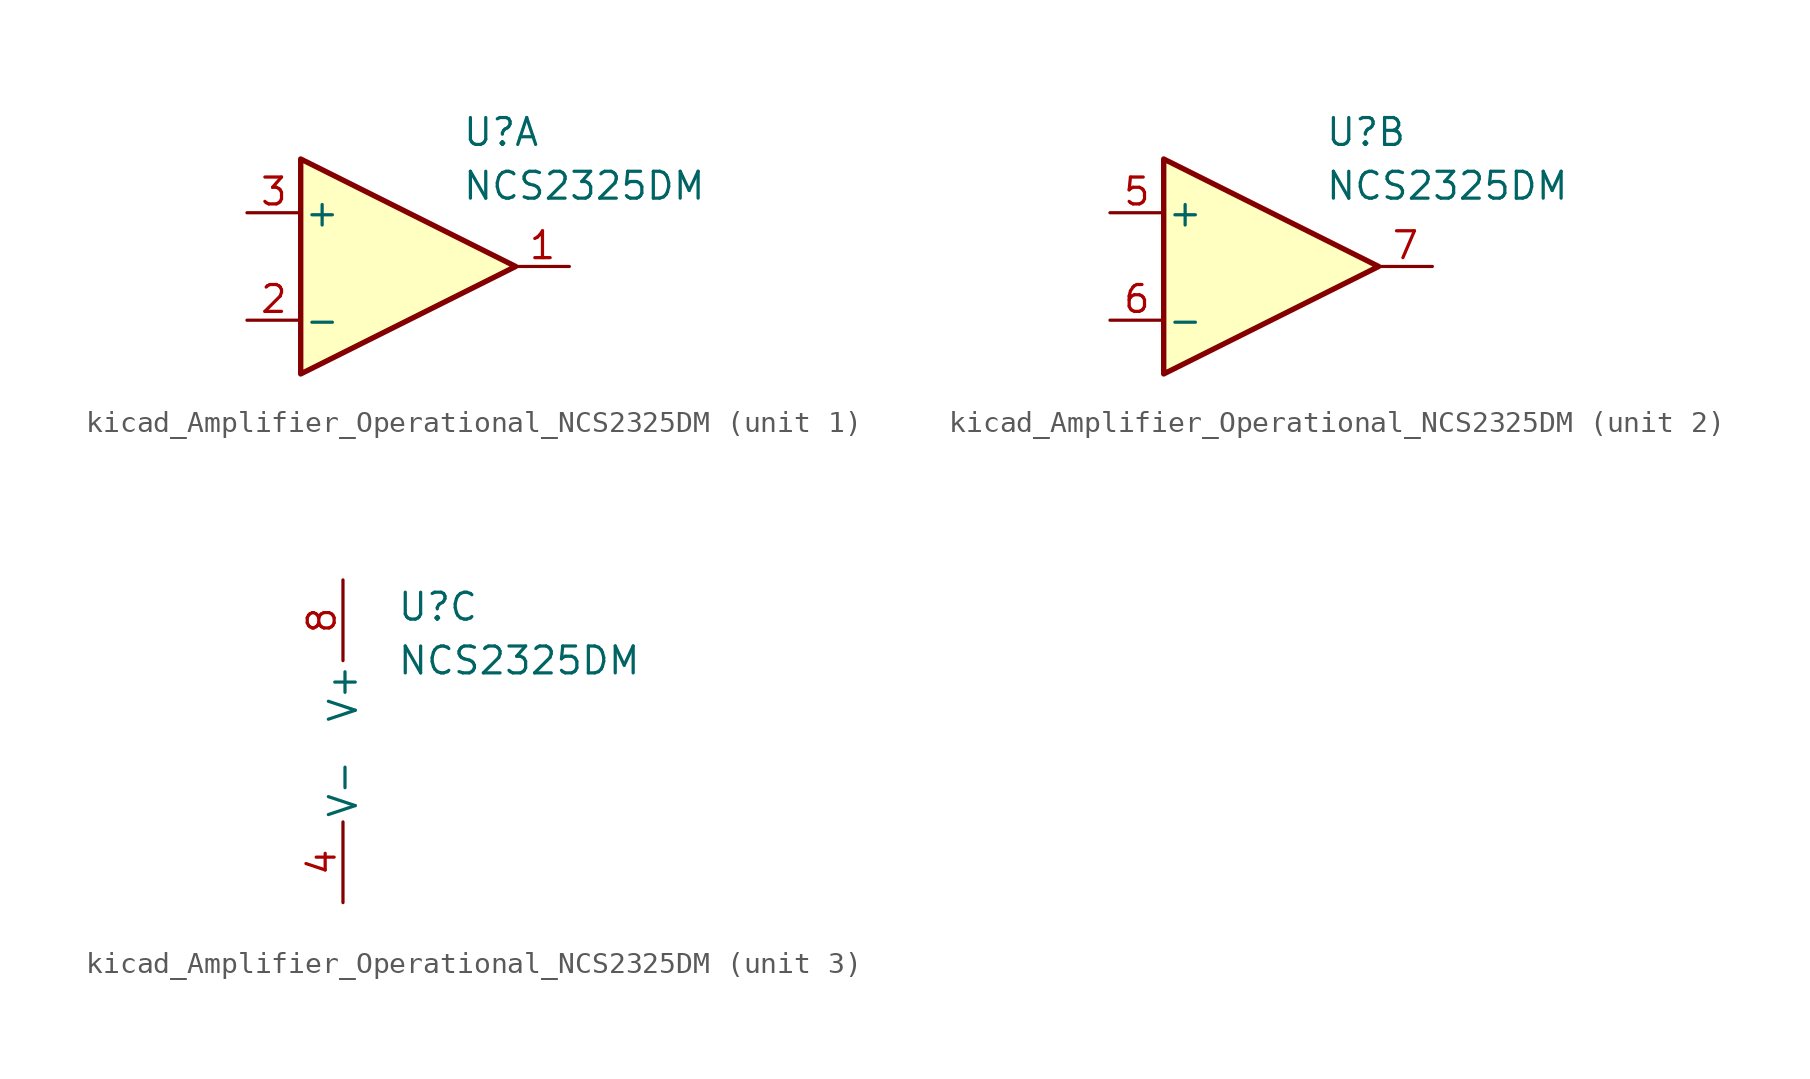
<source format=kicad_sym>
(kicad_symbol_lib
  (version 20220914)
  (generator kicad_symbol_editor)
  (symbol "kicad_Amplifier_Operational_NCS2325DM"
    (pin_names
      (offset 0.127))
    (property "Reference" "U"
      (at 2.54 6.35 0)
      (effects (font (size 1.27 1.27)) (justify left)))
    (property "Value" "NCS2325DM"
      (at 2.54 3.81 0)
      (effects (font (size 1.27 1.27)) (justify left)))
    (property "ki_locked" ""
      (at 0 0 0)
      (effects (font (size 1.27 1.27))))
    (symbol "kicad_Amplifier_Operational_NCS2325DM_1_1"
      (polyline (pts (xy 5.08 0) (xy -5.08 5.08) (xy -5.08 -5.08) (xy 5.08 0)) (stroke (width 0.254) (type default)) (fill (type background)))
      (pin output line (at 7.62 0 180) (length 2.54) (name "~" (effects (font (size 1.27 1.27)))) (number "1" (effects (font (size 1.27 1.27)))))
      (pin input line (at -7.62 -2.54 0) (length 2.54) (name "-" (effects (font (size 1.27 1.27)))) (number "2" (effects (font (size 1.27 1.27)))))
      (pin input line (at -7.62 2.54 0) (length 2.54) (name "+" (effects (font (size 1.27 1.27)))) (number "3" (effects (font (size 1.27 1.27))))))
    (symbol "kicad_Amplifier_Operational_NCS2325DM_2_1"
      (polyline (pts (xy 5.08 0) (xy -5.08 5.08) (xy -5.08 -5.08) (xy 5.08 0)) (stroke (width 0.254) (type default)) (fill (type background)))
      (pin input line (at -7.62 2.54 0) (length 2.54) (name "+" (effects (font (size 1.27 1.27)))) (number "5" (effects (font (size 1.27 1.27)))))
      (pin input line (at -7.62 -2.54 0) (length 2.54) (name "-" (effects (font (size 1.27 1.27)))) (number "6" (effects (font (size 1.27 1.27)))))
      (pin output line (at 7.62 0 180) (length 2.54) (name "~" (effects (font (size 1.27 1.27)))) (number "7" (effects (font (size 1.27 1.27))))))
    (symbol "kicad_Amplifier_Operational_NCS2325DM_3_1"
      (pin power_in line (at 0 -7.62 90) (length 3.81) (name "V-" (effects (font (size 1.27 1.27)))) (number "4" (effects (font (size 1.27 1.27)))))
      (pin power_in line (at 0 7.62 270) (length 3.81) (name "V+" (effects (font (size 1.27 1.27)))) (number "8" (effects (font (size 1.27 1.27))))))))
</source>
